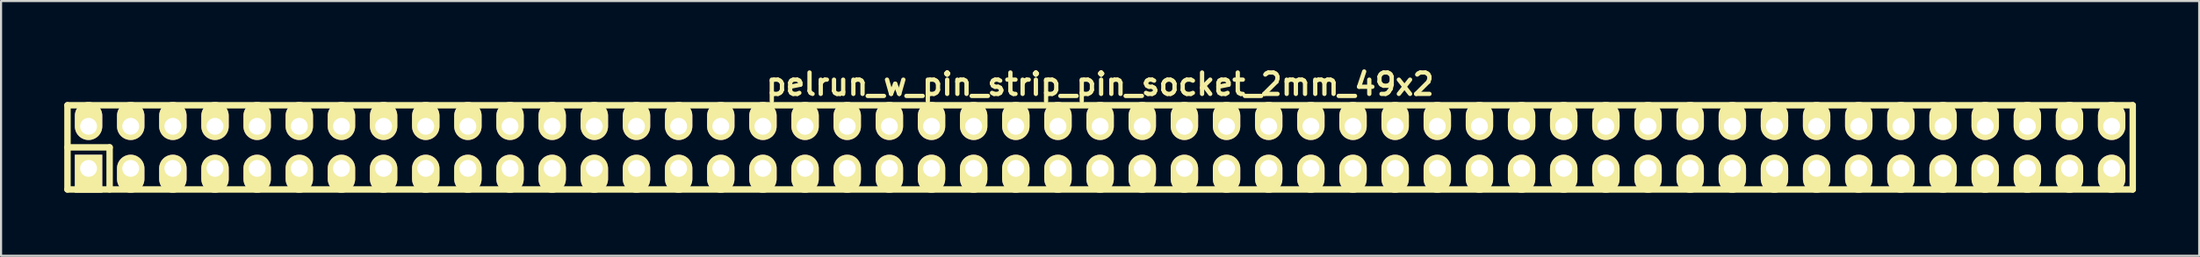
<source format=kicad_pcb>
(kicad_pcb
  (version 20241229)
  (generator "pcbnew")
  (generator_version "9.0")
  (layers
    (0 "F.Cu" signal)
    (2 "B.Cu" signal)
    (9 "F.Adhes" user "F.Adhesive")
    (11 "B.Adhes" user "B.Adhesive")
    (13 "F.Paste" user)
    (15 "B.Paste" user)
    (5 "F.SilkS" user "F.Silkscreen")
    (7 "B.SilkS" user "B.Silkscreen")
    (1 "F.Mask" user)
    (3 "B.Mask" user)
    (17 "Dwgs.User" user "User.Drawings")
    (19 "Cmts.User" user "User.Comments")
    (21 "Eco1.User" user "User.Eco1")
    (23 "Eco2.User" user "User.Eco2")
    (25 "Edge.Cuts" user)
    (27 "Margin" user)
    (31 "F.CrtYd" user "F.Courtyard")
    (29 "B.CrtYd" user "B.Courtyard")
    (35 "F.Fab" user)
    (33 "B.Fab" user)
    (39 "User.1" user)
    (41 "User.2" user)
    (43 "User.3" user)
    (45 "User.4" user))
  (footprint "pelrun_w_pin_strip_pin_socket_2mm_49x2"
    (layer "F.Cu")
    (at 49.152 3.951)
    (property "Reference" "pelrun_w_pin_strip_pin_socket_2mm_49x2" (at 0 -3 0) (layer "F.SilkS") (effects (font (size 1.016 1.016) (thickness 0.203))))
    (attr through_hole)
    (fp_line (start -49 -2) (end 49 -2) (stroke (width 0.305) (type solid)) (layer "F.SilkS"))
    (fp_line (start -49 0) (end -47 0) (stroke (width 0.305) (type solid)) (layer "F.SilkS"))
    (fp_line (start -49 2) (end -49 -2) (stroke (width 0.305) (type solid)) (layer "F.SilkS"))
    (fp_line (start -47 0) (end -47 2) (stroke (width 0.305) (type solid)) (layer "F.SilkS"))
    (fp_line (start 49 -2) (end 49 2) (stroke (width 0.305) (type solid)) (layer "F.SilkS"))
    (fp_line (start 49 2) (end -49 2) (stroke (width 0.305) (type solid)) (layer "F.SilkS"))
    (pad "1" thru_hole rect (at -48 1) (size 1.3 1.8) (drill 0.8 (offset 0 0.25)) (layers "*.Cu" "*.Mask" "F.SilkS"))
    (pad "2" thru_hole oval (at -48 -1) (size 1.3 1.8) (drill 0.8 (offset 0 -0.25)) (layers "*.Cu" "*.Mask" "F.SilkS"))
    (pad "3" thru_hole oval (at -46 1) (size 1.3 1.8) (drill 0.8 (offset 0 0.25)) (layers "*.Cu" "*.Mask" "F.SilkS"))
    (pad "4" thru_hole oval (at -46 -1) (size 1.3 1.8) (drill 0.8 (offset 0 -0.25)) (layers "*.Cu" "*.Mask" "F.SilkS"))
    (pad "5" thru_hole oval (at -44 1) (size 1.3 1.8) (drill 0.8 (offset 0 0.25)) (layers "*.Cu" "*.Mask" "F.SilkS"))
    (pad "6" thru_hole oval (at -44 -1) (size 1.3 1.8) (drill 0.8 (offset 0 -0.25)) (layers "*.Cu" "*.Mask" "F.SilkS"))
    (pad "7" thru_hole oval (at -42 1) (size 1.3 1.8) (drill 0.8 (offset 0 0.25)) (layers "*.Cu" "*.Mask" "F.SilkS"))
    (pad "8" thru_hole oval (at -42 -1) (size 1.3 1.8) (drill 0.8 (offset 0 -0.25)) (layers "*.Cu" "*.Mask" "F.SilkS"))
    (pad "9" thru_hole oval (at -40 1) (size 1.3 1.8) (drill 0.8 (offset 0 0.25)) (layers "*.Cu" "*.Mask" "F.SilkS"))
    (pad "10" thru_hole oval (at -40 -1) (size 1.3 1.8) (drill 0.8 (offset 0 -0.25)) (layers "*.Cu" "*.Mask" "F.SilkS"))
    (pad "11" thru_hole oval (at -38 1) (size 1.3 1.8) (drill 0.8 (offset 0 0.25)) (layers "*.Cu" "*.Mask" "F.SilkS"))
    (pad "12" thru_hole oval (at -38 -1) (size 1.3 1.8) (drill 0.8 (offset 0 -0.25)) (layers "*.Cu" "*.Mask" "F.SilkS"))
    (pad "13" thru_hole oval (at -36 1) (size 1.3 1.8) (drill 0.8 (offset 0 0.25)) (layers "*.Cu" "*.Mask" "F.SilkS"))
    (pad "14" thru_hole oval (at -36 -1) (size 1.3 1.8) (drill 0.8 (offset 0 -0.25)) (layers "*.Cu" "*.Mask" "F.SilkS"))
    (pad "15" thru_hole oval (at -34 1) (size 1.3 1.8) (drill 0.8 (offset 0 0.25)) (layers "*.Cu" "*.Mask" "F.SilkS"))
    (pad "16" thru_hole oval (at -34 -1) (size 1.3 1.8) (drill 0.8 (offset 0 -0.25)) (layers "*.Cu" "*.Mask" "F.SilkS"))
    (pad "17" thru_hole oval (at -32 1) (size 1.3 1.8) (drill 0.8 (offset 0 0.25)) (layers "*.Cu" "*.Mask" "F.SilkS"))
    (pad "18" thru_hole oval (at -32 -1) (size 1.3 1.8) (drill 0.8 (offset 0 -0.25)) (layers "*.Cu" "*.Mask" "F.SilkS"))
    (pad "19" thru_hole oval (at -30 1) (size 1.3 1.8) (drill 0.8 (offset 0 0.25)) (layers "*.Cu" "*.Mask" "F.SilkS"))
    (pad "20" thru_hole oval (at -30 -1) (size 1.3 1.8) (drill 0.8 (offset 0 -0.25)) (layers "*.Cu" "*.Mask" "F.SilkS"))
    (pad "21" thru_hole oval (at -28 1) (size 1.3 1.8) (drill 0.8 (offset 0 0.25)) (layers "*.Cu" "*.Mask" "F.SilkS"))
    (pad "22" thru_hole oval (at -28 -1) (size 1.3 1.8) (drill 0.8 (offset 0 -0.25)) (layers "*.Cu" "*.Mask" "F.SilkS"))
    (pad "23" thru_hole oval (at -26 1) (size 1.3 1.8) (drill 0.8 (offset 0 0.25)) (layers "*.Cu" "*.Mask" "F.SilkS"))
    (pad "24" thru_hole oval (at -26 -1) (size 1.3 1.8) (drill 0.8 (offset 0 -0.25)) (layers "*.Cu" "*.Mask" "F.SilkS"))
    (pad "25" thru_hole oval (at -24 1) (size 1.3 1.8) (drill 0.8 (offset 0 0.25)) (layers "*.Cu" "*.Mask" "F.SilkS"))
    (pad "26" thru_hole oval (at -24 -1) (size 1.3 1.8) (drill 0.8 (offset 0 -0.25)) (layers "*.Cu" "*.Mask" "F.SilkS"))
    (pad "27" thru_hole oval (at -22 1) (size 1.3 1.8) (drill 0.8 (offset 0 0.25)) (layers "*.Cu" "*.Mask" "F.SilkS"))
    (pad "28" thru_hole oval (at -22 -1) (size 1.3 1.8) (drill 0.8 (offset 0 -0.25)) (layers "*.Cu" "*.Mask" "F.SilkS"))
    (pad "29" thru_hole oval (at -20 1) (size 1.3 1.8) (drill 0.8 (offset 0 0.25)) (layers "*.Cu" "*.Mask" "F.SilkS"))
    (pad "30" thru_hole oval (at -20 -1) (size 1.3 1.8) (drill 0.8 (offset 0 -0.25)) (layers "*.Cu" "*.Mask" "F.SilkS"))
    (pad "31" thru_hole oval (at -18 1) (size 1.3 1.8) (drill 0.8 (offset 0 0.25)) (layers "*.Cu" "*.Mask" "F.SilkS"))
    (pad "32" thru_hole oval (at -18 -1) (size 1.3 1.8) (drill 0.8 (offset 0 -0.25)) (layers "*.Cu" "*.Mask" "F.SilkS"))
    (pad "33" thru_hole oval (at -16 1) (size 1.3 1.8) (drill 0.8 (offset 0 0.25)) (layers "*.Cu" "*.Mask" "F.SilkS"))
    (pad "34" thru_hole oval (at -16 -1) (size 1.3 1.8) (drill 0.8 (offset 0 -0.25)) (layers "*.Cu" "*.Mask" "F.SilkS"))
    (pad "35" thru_hole oval (at -14 1) (size 1.3 1.8) (drill 0.8 (offset 0 0.25)) (layers "*.Cu" "*.Mask" "F.SilkS"))
    (pad "36" thru_hole oval (at -14 -1) (size 1.3 1.8) (drill 0.8 (offset 0 -0.25)) (layers "*.Cu" "*.Mask" "F.SilkS"))
    (pad "37" thru_hole oval (at -12 1) (size 1.3 1.8) (drill 0.8 (offset 0 0.25)) (layers "*.Cu" "*.Mask" "F.SilkS"))
    (pad "38" thru_hole oval (at -12 -1) (size 1.3 1.8) (drill 0.8 (offset 0 -0.25)) (layers "*.Cu" "*.Mask" "F.SilkS"))
    (pad "39" thru_hole oval (at -10 1) (size 1.3 1.8) (drill 0.8 (offset 0 0.25)) (layers "*.Cu" "*.Mask" "F.SilkS"))
    (pad "40" thru_hole oval (at -10 -1) (size 1.3 1.8) (drill 0.8 (offset 0 -0.25)) (layers "*.Cu" "*.Mask" "F.SilkS"))
    (pad "41" thru_hole oval (at -8 1) (size 1.3 1.8) (drill 0.8 (offset 0 0.25)) (layers "*.Cu" "*.Mask" "F.SilkS"))
    (pad "42" thru_hole oval (at -8 -1) (size 1.3 1.8) (drill 0.8 (offset 0 -0.25)) (layers "*.Cu" "*.Mask" "F.SilkS"))
    (pad "43" thru_hole oval (at -6 1) (size 1.3 1.8) (drill 0.8 (offset 0 0.25)) (layers "*.Cu" "*.Mask" "F.SilkS"))
    (pad "44" thru_hole oval (at -6 -1) (size 1.3 1.8) (drill 0.8 (offset 0 -0.25)) (layers "*.Cu" "*.Mask" "F.SilkS"))
    (pad "45" thru_hole oval (at -4 1) (size 1.3 1.8) (drill 0.8 (offset 0 0.25)) (layers "*.Cu" "*.Mask" "F.SilkS"))
    (pad "46" thru_hole oval (at -4 -1) (size 1.3 1.8) (drill 0.8 (offset 0 -0.25)) (layers "*.Cu" "*.Mask" "F.SilkS"))
    (pad "47" thru_hole oval (at -2 1) (size 1.3 1.8) (drill 0.8 (offset 0 0.25)) (layers "*.Cu" "*.Mask" "F.SilkS"))
    (pad "48" thru_hole oval (at -2 -1) (size 1.3 1.8) (drill 0.8 (offset 0 -0.25)) (layers "*.Cu" "*.Mask" "F.SilkS"))
    (pad "49" thru_hole oval (at 0 1) (size 1.3 1.8) (drill 0.8 (offset 0 0.25)) (layers "*.Cu" "*.Mask" "F.SilkS"))
    (pad "50" thru_hole oval (at 0 -1) (size 1.3 1.8) (drill 0.8 (offset 0 -0.25)) (layers "*.Cu" "*.Mask" "F.SilkS"))
    (pad "51" thru_hole oval (at 2 1) (size 1.3 1.8) (drill 0.8 (offset 0 0.25)) (layers "*.Cu" "*.Mask" "F.SilkS"))
    (pad "52" thru_hole oval (at 2 -1) (size 1.3 1.8) (drill 0.8 (offset 0 -0.25)) (layers "*.Cu" "*.Mask" "F.SilkS"))
    (pad "53" thru_hole oval (at 4 1) (size 1.3 1.8) (drill 0.8 (offset 0 0.25)) (layers "*.Cu" "*.Mask" "F.SilkS"))
    (pad "54" thru_hole oval (at 4 -1) (size 1.3 1.8) (drill 0.8 (offset 0 -0.25)) (layers "*.Cu" "*.Mask" "F.SilkS"))
    (pad "55" thru_hole oval (at 6 1) (size 1.3 1.8) (drill 0.8 (offset 0 0.25)) (layers "*.Cu" "*.Mask" "F.SilkS"))
    (pad "56" thru_hole oval (at 6 -1) (size 1.3 1.8) (drill 0.8 (offset 0 -0.25)) (layers "*.Cu" "*.Mask" "F.SilkS"))
    (pad "57" thru_hole oval (at 8 1) (size 1.3 1.8) (drill 0.8 (offset 0 0.25)) (layers "*.Cu" "*.Mask" "F.SilkS"))
    (pad "58" thru_hole oval (at 8 -1) (size 1.3 1.8) (drill 0.8 (offset 0 -0.25)) (layers "*.Cu" "*.Mask" "F.SilkS"))
    (pad "59" thru_hole oval (at 10 1) (size 1.3 1.8) (drill 0.8 (offset 0 0.25)) (layers "*.Cu" "*.Mask" "F.SilkS"))
    (pad "60" thru_hole oval (at 10 -1) (size 1.3 1.8) (drill 0.8 (offset 0 -0.25)) (layers "*.Cu" "*.Mask" "F.SilkS"))
    (pad "61" thru_hole oval (at 12 1) (size 1.3 1.8) (drill 0.8 (offset 0 0.25)) (layers "*.Cu" "*.Mask" "F.SilkS"))
    (pad "62" thru_hole oval (at 12 -1) (size 1.3 1.8) (drill 0.8 (offset 0 -0.25)) (layers "*.Cu" "*.Mask" "F.SilkS"))
    (pad "63" thru_hole oval (at 14 1) (size 1.3 1.8) (drill 0.8 (offset 0 0.25)) (layers "*.Cu" "*.Mask" "F.SilkS"))
    (pad "64" thru_hole oval (at 14 -1) (size 1.3 1.8) (drill 0.8 (offset 0 -0.25)) (layers "*.Cu" "*.Mask" "F.SilkS"))
    (pad "65" thru_hole oval (at 16 1) (size 1.3 1.8) (drill 0.8 (offset 0 0.25)) (layers "*.Cu" "*.Mask" "F.SilkS"))
    (pad "66" thru_hole oval (at 16 -1) (size 1.3 1.8) (drill 0.8 (offset 0 -0.25)) (layers "*.Cu" "*.Mask" "F.SilkS"))
    (pad "67" thru_hole oval (at 18 1) (size 1.3 1.8) (drill 0.8 (offset 0 0.25)) (layers "*.Cu" "*.Mask" "F.SilkS"))
    (pad "68" thru_hole oval (at 18 -1) (size 1.3 1.8) (drill 0.8 (offset 0 -0.25)) (layers "*.Cu" "*.Mask" "F.SilkS"))
    (pad "69" thru_hole oval (at 20 1) (size 1.3 1.8) (drill 0.8 (offset 0 0.25)) (layers "*.Cu" "*.Mask" "F.SilkS"))
    (pad "70" thru_hole oval (at 20 -1) (size 1.3 1.8) (drill 0.8 (offset 0 -0.25)) (layers "*.Cu" "*.Mask" "F.SilkS"))
    (pad "71" thru_hole oval (at 22 1) (size 1.3 1.8) (drill 0.8 (offset 0 0.25)) (layers "*.Cu" "*.Mask" "F.SilkS"))
    (pad "72" thru_hole oval (at 22 -1) (size 1.3 1.8) (drill 0.8 (offset 0 -0.25)) (layers "*.Cu" "*.Mask" "F.SilkS"))
    (pad "73" thru_hole oval (at 24 1) (size 1.3 1.8) (drill 0.8 (offset 0 0.25)) (layers "*.Cu" "*.Mask" "F.SilkS"))
    (pad "74" thru_hole oval (at 24 -1) (size 1.3 1.8) (drill 0.8 (offset 0 -0.25)) (layers "*.Cu" "*.Mask" "F.SilkS"))
    (pad "75" thru_hole oval (at 26 1) (size 1.3 1.8) (drill 0.8 (offset 0 0.25)) (layers "*.Cu" "*.Mask" "F.SilkS"))
    (pad "76" thru_hole oval (at 26 -1) (size 1.3 1.8) (drill 0.8 (offset 0 -0.25)) (layers "*.Cu" "*.Mask" "F.SilkS"))
    (pad "77" thru_hole oval (at 28 1) (size 1.3 1.8) (drill 0.8 (offset 0 0.25)) (layers "*.Cu" "*.Mask" "F.SilkS"))
    (pad "78" thru_hole oval (at 28 -1) (size 1.3 1.8) (drill 0.8 (offset 0 -0.25)) (layers "*.Cu" "*.Mask" "F.SilkS"))
    (pad "79" thru_hole oval (at 30 1) (size 1.3 1.8) (drill 0.8 (offset 0 0.25)) (layers "*.Cu" "*.Mask" "F.SilkS"))
    (pad "80" thru_hole oval (at 30 -1) (size 1.3 1.8) (drill 0.8 (offset 0 -0.25)) (layers "*.Cu" "*.Mask" "F.SilkS"))
    (pad "81" thru_hole oval (at 32 1) (size 1.3 1.8) (drill 0.8 (offset 0 0.25)) (layers "*.Cu" "*.Mask" "F.SilkS"))
    (pad "82" thru_hole oval (at 32 -1) (size 1.3 1.8) (drill 0.8 (offset 0 -0.25)) (layers "*.Cu" "*.Mask" "F.SilkS"))
    (pad "83" thru_hole oval (at 34 1) (size 1.3 1.8) (drill 0.8 (offset 0 0.25)) (layers "*.Cu" "*.Mask" "F.SilkS"))
    (pad "84" thru_hole oval (at 34 -1) (size 1.3 1.8) (drill 0.8 (offset 0 -0.25)) (layers "*.Cu" "*.Mask" "F.SilkS"))
    (pad "85" thru_hole oval (at 36 1) (size 1.3 1.8) (drill 0.8 (offset 0 0.25)) (layers "*.Cu" "*.Mask" "F.SilkS"))
    (pad "86" thru_hole oval (at 36 -1) (size 1.3 1.8) (drill 0.8 (offset 0 -0.25)) (layers "*.Cu" "*.Mask" "F.SilkS"))
    (pad "87" thru_hole oval (at 38 1) (size 1.3 1.8) (drill 0.8 (offset 0 0.25)) (layers "*.Cu" "*.Mask" "F.SilkS"))
    (pad "88" thru_hole oval (at 38 -1) (size 1.3 1.8) (drill 0.8 (offset 0 -0.25)) (layers "*.Cu" "*.Mask" "F.SilkS"))
    (pad "89" thru_hole oval (at 40 1) (size 1.3 1.8) (drill 0.8 (offset 0 0.25)) (layers "*.Cu" "*.Mask" "F.SilkS"))
    (pad "90" thru_hole oval (at 40 -1) (size 1.3 1.8) (drill 0.8 (offset 0 -0.25)) (layers "*.Cu" "*.Mask" "F.SilkS"))
    (pad "91" thru_hole oval (at 42 1) (size 1.3 1.8) (drill 0.8 (offset 0 0.25)) (layers "*.Cu" "*.Mask" "F.SilkS"))
    (pad "92" thru_hole oval (at 42 -1) (size 1.3 1.8) (drill 0.8 (offset 0 -0.25)) (layers "*.Cu" "*.Mask" "F.SilkS"))
    (pad "93" thru_hole oval (at 44 1) (size 1.3 1.8) (drill 0.8 (offset 0 0.25)) (layers "*.Cu" "*.Mask" "F.SilkS"))
    (pad "94" thru_hole oval (at 44 -1) (size 1.3 1.8) (drill 0.8 (offset 0 -0.25)) (layers "*.Cu" "*.Mask" "F.SilkS"))
    (pad "95" thru_hole oval (at 46 1) (size 1.3 1.8) (drill 0.8 (offset 0 0.25)) (layers "*.Cu" "*.Mask" "F.SilkS"))
    (pad "96" thru_hole oval (at 46 -1) (size 1.3 1.8) (drill 0.8 (offset 0 -0.25)) (layers "*.Cu" "*.Mask" "F.SilkS"))
    (pad "97" thru_hole oval (at 48 1) (size 1.3 1.8) (drill 0.8 (offset 0 0.25)) (layers "*.Cu" "*.Mask" "F.SilkS"))
    (pad "98" thru_hole oval (at 48 -1) (size 1.3 1.8) (drill 0.8 (offset 0 -0.25)) (layers "*.Cu" "*.Mask" "F.SilkS")))
  (gr_rect
    (start -3 -3)
    (end 101.305 9.103)
    (stroke (width 0.1) (type default))
    (fill no)
    (layer "Edge.Cuts")))
</source>
